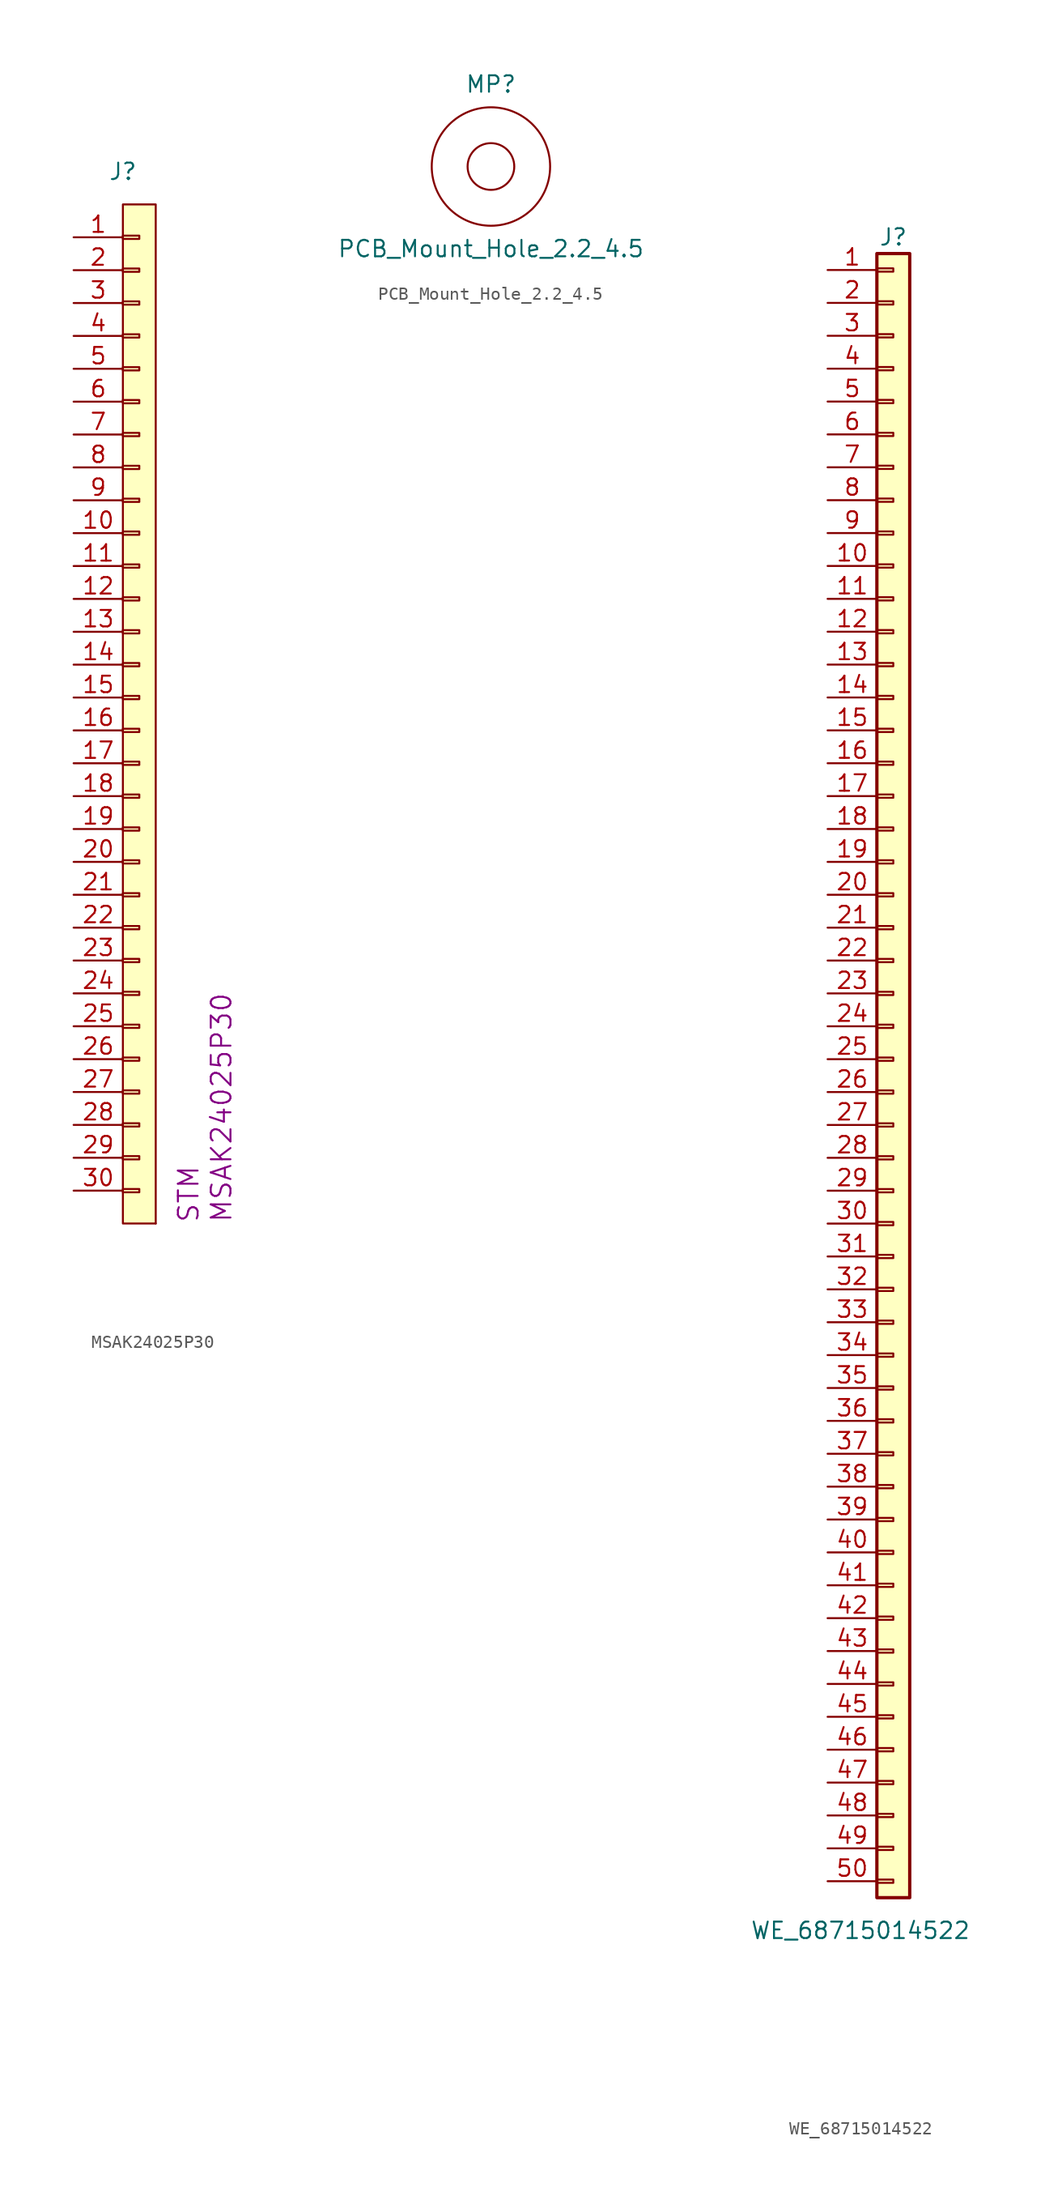
<source format=kicad_sym>
(kicad_symbol_lib
  (version 20211014)
  (generator kicad_symbol_editor)
  (symbol "MSAK24025P30"
    (pin_names
      (offset 1.016) hide)
    (property "Reference" "J"
      (at 0 41.91 0)
      (effects (font (size 1.27 1.27))))
    (property "MPN" "MSAK24025P30"
      (at 7.62 -39.37 90)
      (effects (font (size 1.524 1.524)) (justify left)))
    (property "Manufacturer" "STM"
      (at 5.08 -39.37 90)
      (effects (font (size 1.524 1.524)) (justify left)))
    (symbol "MSAK24025P30_0_1"
      (rectangle (start 0 39.37) (end 2.54 -39.37) (stroke (width 0) (type default) (color 0 0 0 0)) (fill (type background)))
      (rectangle (start 2.54 -39.37) (end 2.54 -39.37) (stroke (width 0) (type default) (color 0 0 0 0)) (fill (type none))))
    (symbol "MSAK24025P30_1_1"
      (rectangle (start 0 -36.703) (end 1.27 -36.957) (stroke (width 0.152) (type default) (color 0 0 0 0)) (fill (type none)))
      (rectangle (start 0 -34.163) (end 1.27 -34.417) (stroke (width 0.152) (type default) (color 0 0 0 0)) (fill (type none)))
      (rectangle (start 0 -31.623) (end 1.27 -31.877) (stroke (width 0.152) (type default) (color 0 0 0 0)) (fill (type none)))
      (rectangle (start 0 -29.083) (end 1.27 -29.337) (stroke (width 0.152) (type default) (color 0 0 0 0)) (fill (type none)))
      (rectangle (start 0 -26.543) (end 1.27 -26.797) (stroke (width 0.152) (type default) (color 0 0 0 0)) (fill (type none)))
      (rectangle (start 0 -24.003) (end 1.27 -24.257) (stroke (width 0.152) (type default) (color 0 0 0 0)) (fill (type none)))
      (rectangle (start 0 -21.463) (end 1.27 -21.717) (stroke (width 0.152) (type default) (color 0 0 0 0)) (fill (type none)))
      (rectangle (start 0 -18.923) (end 1.27 -19.177) (stroke (width 0.152) (type default) (color 0 0 0 0)) (fill (type none)))
      (rectangle (start 0 -16.383) (end 1.27 -16.637) (stroke (width 0.152) (type default) (color 0 0 0 0)) (fill (type none)))
      (rectangle (start 0 -13.843) (end 1.27 -14.097) (stroke (width 0.152) (type default) (color 0 0 0 0)) (fill (type none)))
      (rectangle (start 0 -11.303) (end 1.27 -11.557) (stroke (width 0.152) (type default) (color 0 0 0 0)) (fill (type none)))
      (rectangle (start 0 -8.763) (end 1.27 -9.017) (stroke (width 0.152) (type default) (color 0 0 0 0)) (fill (type none)))
      (rectangle (start 0 -6.223) (end 1.27 -6.477) (stroke (width 0.152) (type default) (color 0 0 0 0)) (fill (type none)))
      (rectangle (start 0 -3.683) (end 1.27 -3.937) (stroke (width 0.152) (type default) (color 0 0 0 0)) (fill (type none)))
      (rectangle (start 0 -1.143) (end 1.27 -1.397) (stroke (width 0.152) (type default) (color 0 0 0 0)) (fill (type none)))
      (rectangle (start 0 1.397) (end 1.27 1.143) (stroke (width 0.152) (type default) (color 0 0 0 0)) (fill (type none)))
      (rectangle (start 0 3.937) (end 1.27 3.683) (stroke (width 0.152) (type default) (color 0 0 0 0)) (fill (type none)))
      (rectangle (start 0 6.477) (end 1.27 6.223) (stroke (width 0.152) (type default) (color 0 0 0 0)) (fill (type none)))
      (rectangle (start 0 9.017) (end 1.27 8.763) (stroke (width 0.152) (type default) (color 0 0 0 0)) (fill (type none)))
      (rectangle (start 0 11.557) (end 1.27 11.303) (stroke (width 0.152) (type default) (color 0 0 0 0)) (fill (type none)))
      (rectangle (start 0 14.097) (end 1.27 13.843) (stroke (width 0.152) (type default) (color 0 0 0 0)) (fill (type none)))
      (rectangle (start 0 16.637) (end 1.27 16.383) (stroke (width 0.152) (type default) (color 0 0 0 0)) (fill (type none)))
      (rectangle (start 0 19.177) (end 1.27 18.923) (stroke (width 0.152) (type default) (color 0 0 0 0)) (fill (type none)))
      (rectangle (start 0 21.717) (end 1.27 21.463) (stroke (width 0.152) (type default) (color 0 0 0 0)) (fill (type none)))
      (rectangle (start 0 24.257) (end 1.27 24.003) (stroke (width 0.152) (type default) (color 0 0 0 0)) (fill (type none)))
      (rectangle (start 0 26.797) (end 1.27 26.543) (stroke (width 0.152) (type default) (color 0 0 0 0)) (fill (type none)))
      (rectangle (start 0 29.337) (end 1.27 29.083) (stroke (width 0.152) (type default) (color 0 0 0 0)) (fill (type none)))
      (rectangle (start 0 31.877) (end 1.27 31.623) (stroke (width 0.152) (type default) (color 0 0 0 0)) (fill (type none)))
      (rectangle (start 0 34.417) (end 1.27 34.163) (stroke (width 0.152) (type default) (color 0 0 0 0)) (fill (type none)))
      (rectangle (start 0 36.957) (end 1.27 36.703) (stroke (width 0.152) (type default) (color 0 0 0 0)) (fill (type none)))
      (pin passive line (at -3.81 36.83 0) (length 3.81) (name "Pin_1" (effects (font (size 1.27 1.27)))) (number "1" (effects (font (size 1.27 1.27)))))
      (pin passive line (at -3.81 13.97 0) (length 3.81) (name "Pin_10" (effects (font (size 1.27 1.27)))) (number "10" (effects (font (size 1.27 1.27)))))
      (pin passive line (at -3.81 11.43 0) (length 3.81) (name "Pin_11" (effects (font (size 1.27 1.27)))) (number "11" (effects (font (size 1.27 1.27)))))
      (pin passive line (at -3.81 8.89 0) (length 3.81) (name "Pin_12" (effects (font (size 1.27 1.27)))) (number "12" (effects (font (size 1.27 1.27)))))
      (pin passive line (at -3.81 6.35 0) (length 3.81) (name "Pin_13" (effects (font (size 1.27 1.27)))) (number "13" (effects (font (size 1.27 1.27)))))
      (pin passive line (at -3.81 3.81 0) (length 3.81) (name "Pin_14" (effects (font (size 1.27 1.27)))) (number "14" (effects (font (size 1.27 1.27)))))
      (pin passive line (at -3.81 1.27 0) (length 3.81) (name "Pin_15" (effects (font (size 1.27 1.27)))) (number "15" (effects (font (size 1.27 1.27)))))
      (pin passive line (at -3.81 -1.27 0) (length 3.81) (name "Pin_16" (effects (font (size 1.27 1.27)))) (number "16" (effects (font (size 1.27 1.27)))))
      (pin passive line (at -3.81 -3.81 0) (length 3.81) (name "Pin_17" (effects (font (size 1.27 1.27)))) (number "17" (effects (font (size 1.27 1.27)))))
      (pin passive line (at -3.81 -6.35 0) (length 3.81) (name "Pin_18" (effects (font (size 1.27 1.27)))) (number "18" (effects (font (size 1.27 1.27)))))
      (pin passive line (at -3.81 -8.89 0) (length 3.81) (name "Pin_19" (effects (font (size 1.27 1.27)))) (number "19" (effects (font (size 1.27 1.27)))))
      (pin passive line (at -3.81 34.29 0) (length 3.81) (name "Pin_2" (effects (font (size 1.27 1.27)))) (number "2" (effects (font (size 1.27 1.27)))))
      (pin passive line (at -3.81 -11.43 0) (length 3.81) (name "Pin_20" (effects (font (size 1.27 1.27)))) (number "20" (effects (font (size 1.27 1.27)))))
      (pin passive line (at -3.81 -13.97 0) (length 3.81) (name "Pin_21" (effects (font (size 1.27 1.27)))) (number "21" (effects (font (size 1.27 1.27)))))
      (pin passive line (at -3.81 -16.51 0) (length 3.81) (name "Pin_22" (effects (font (size 1.27 1.27)))) (number "22" (effects (font (size 1.27 1.27)))))
      (pin passive line (at -3.81 -19.05 0) (length 3.81) (name "Pin_23" (effects (font (size 1.27 1.27)))) (number "23" (effects (font (size 1.27 1.27)))))
      (pin passive line (at -3.81 -21.59 0) (length 3.81) (name "Pin_24" (effects (font (size 1.27 1.27)))) (number "24" (effects (font (size 1.27 1.27)))))
      (pin passive line (at -3.81 -24.13 0) (length 3.81) (name "Pin_25" (effects (font (size 1.27 1.27)))) (number "25" (effects (font (size 1.27 1.27)))))
      (pin passive line (at -3.81 -26.67 0) (length 3.81) (name "Pin_26" (effects (font (size 1.27 1.27)))) (number "26" (effects (font (size 1.27 1.27)))))
      (pin passive line (at -3.81 -29.21 0) (length 3.81) (name "Pin_27" (effects (font (size 1.27 1.27)))) (number "27" (effects (font (size 1.27 1.27)))))
      (pin passive line (at -3.81 -31.75 0) (length 3.81) (name "Pin_28" (effects (font (size 1.27 1.27)))) (number "28" (effects (font (size 1.27 1.27)))))
      (pin passive line (at -3.81 -34.29 0) (length 3.81) (name "Pin_29" (effects (font (size 1.27 1.27)))) (number "29" (effects (font (size 1.27 1.27)))))
      (pin passive line (at -3.81 31.75 0) (length 3.81) (name "Pin_3" (effects (font (size 1.27 1.27)))) (number "3" (effects (font (size 1.27 1.27)))))
      (pin passive line (at -3.81 -36.83 0) (length 3.81) (name "Pin_30" (effects (font (size 1.27 1.27)))) (number "30" (effects (font (size 1.27 1.27)))))
      (pin passive line (at -3.81 29.21 0) (length 3.81) (name "Pin_4" (effects (font (size 1.27 1.27)))) (number "4" (effects (font (size 1.27 1.27)))))
      (pin passive line (at -3.81 26.67 0) (length 3.81) (name "Pin_5" (effects (font (size 1.27 1.27)))) (number "5" (effects (font (size 1.27 1.27)))))
      (pin passive line (at -3.81 24.13 0) (length 3.81) (name "Pin_6" (effects (font (size 1.27 1.27)))) (number "6" (effects (font (size 1.27 1.27)))))
      (pin passive line (at -3.81 21.59 0) (length 3.81) (name "Pin_7" (effects (font (size 1.27 1.27)))) (number "7" (effects (font (size 1.27 1.27)))))
      (pin passive line (at -3.81 19.05 0) (length 3.81) (name "Pin_8" (effects (font (size 1.27 1.27)))) (number "8" (effects (font (size 1.27 1.27)))))
      (pin passive line (at -3.81 16.51 0) (length 3.81) (name "Pin_9" (effects (font (size 1.27 1.27)))) (number "9" (effects (font (size 1.27 1.27)))))))
  (symbol "PCB_Mount_Hole_2.2_4.5"
    (pin_names
      (offset 1.016))
    (property "Reference" "MP"
      (at 0 6.35 0)
      (effects (font (size 1.27 1.27))))
    (property "Value" "PCB_Mount_Hole_2.2_4.5"
      (at 0 -6.35 0)
      (effects (font (size 1.27 1.27))))
    (symbol "PCB_Mount_Hole_2.2_4.5_0_1"
      (circle (center 0 0) (radius 1.803) (stroke (width 0) (type default) (color 0 0 0 0)) (fill (type none)))
      (circle (center 0 0) (radius 4.572) (stroke (width 0) (type default) (color 0 0 0 0)) (fill (type none)))))
  (symbol "WE_68715014522"
    (pin_names
      (offset 1.016) hide)
    (property "Reference" "J"
      (at 0 43.18 0)
      (effects (font (size 1.27 1.27))))
    (property "Value" "WE_68715014522"
      (at -2.54 -87.63 0)
      (effects (font (size 1.27 1.27))))
    (symbol "WE_68715014522_1_1"
      (rectangle (start -1.27 -83.693) (end 0 -83.947) (stroke (width 0.152) (type default) (color 0 0 0 0)) (fill (type none)))
      (rectangle (start -1.27 -81.153) (end 0 -81.407) (stroke (width 0.152) (type default) (color 0 0 0 0)) (fill (type none)))
      (rectangle (start -1.27 -78.613) (end 0 -78.867) (stroke (width 0.152) (type default) (color 0 0 0 0)) (fill (type none)))
      (rectangle (start -1.27 -76.073) (end 0 -76.327) (stroke (width 0.152) (type default) (color 0 0 0 0)) (fill (type none)))
      (rectangle (start -1.27 -73.533) (end 0 -73.787) (stroke (width 0.152) (type default) (color 0 0 0 0)) (fill (type none)))
      (rectangle (start -1.27 -70.993) (end 0 -71.247) (stroke (width 0.152) (type default) (color 0 0 0 0)) (fill (type none)))
      (rectangle (start -1.27 -68.453) (end 0 -68.707) (stroke (width 0.152) (type default) (color 0 0 0 0)) (fill (type none)))
      (rectangle (start -1.27 -65.913) (end 0 -66.167) (stroke (width 0.152) (type default) (color 0 0 0 0)) (fill (type none)))
      (rectangle (start -1.27 -63.373) (end 0 -63.627) (stroke (width 0.152) (type default) (color 0 0 0 0)) (fill (type none)))
      (rectangle (start -1.27 -60.833) (end 0 -61.087) (stroke (width 0.152) (type default) (color 0 0 0 0)) (fill (type none)))
      (rectangle (start -1.27 -58.293) (end 0 -58.547) (stroke (width 0.152) (type default) (color 0 0 0 0)) (fill (type none)))
      (rectangle (start -1.27 -55.753) (end 0 -56.007) (stroke (width 0.152) (type default) (color 0 0 0 0)) (fill (type none)))
      (rectangle (start -1.27 -53.213) (end 0 -53.467) (stroke (width 0.152) (type default) (color 0 0 0 0)) (fill (type none)))
      (rectangle (start -1.27 -50.673) (end 0 -50.927) (stroke (width 0.152) (type default) (color 0 0 0 0)) (fill (type none)))
      (rectangle (start -1.27 -48.133) (end 0 -48.387) (stroke (width 0.152) (type default) (color 0 0 0 0)) (fill (type none)))
      (rectangle (start -1.27 -45.593) (end 0 -45.847) (stroke (width 0.152) (type default) (color 0 0 0 0)) (fill (type none)))
      (rectangle (start -1.27 -43.053) (end 0 -43.307) (stroke (width 0.152) (type default) (color 0 0 0 0)) (fill (type none)))
      (rectangle (start -1.27 -40.513) (end 0 -40.767) (stroke (width 0.152) (type default) (color 0 0 0 0)) (fill (type none)))
      (rectangle (start -1.27 -37.973) (end 0 -38.227) (stroke (width 0.152) (type default) (color 0 0 0 0)) (fill (type none)))
      (rectangle (start -1.27 -35.433) (end 0 -35.687) (stroke (width 0.152) (type default) (color 0 0 0 0)) (fill (type none)))
      (rectangle (start -1.27 -32.893) (end 0 -33.147) (stroke (width 0.152) (type default) (color 0 0 0 0)) (fill (type none)))
      (rectangle (start -1.27 -30.353) (end 0 -30.607) (stroke (width 0.152) (type default) (color 0 0 0 0)) (fill (type none)))
      (rectangle (start -1.27 -27.813) (end 0 -28.067) (stroke (width 0.152) (type default) (color 0 0 0 0)) (fill (type none)))
      (rectangle (start -1.27 -25.273) (end 0 -25.527) (stroke (width 0.152) (type default) (color 0 0 0 0)) (fill (type none)))
      (rectangle (start -1.27 -22.733) (end 0 -22.987) (stroke (width 0.152) (type default) (color 0 0 0 0)) (fill (type none)))
      (rectangle (start -1.27 -20.193) (end 0 -20.447) (stroke (width 0.152) (type default) (color 0 0 0 0)) (fill (type none)))
      (rectangle (start -1.27 -17.653) (end 0 -17.907) (stroke (width 0.152) (type default) (color 0 0 0 0)) (fill (type none)))
      (rectangle (start -1.27 -15.113) (end 0 -15.367) (stroke (width 0.152) (type default) (color 0 0 0 0)) (fill (type none)))
      (rectangle (start -1.27 -12.573) (end 0 -12.827) (stroke (width 0.152) (type default) (color 0 0 0 0)) (fill (type none)))
      (rectangle (start -1.27 -10.033) (end 0 -10.287) (stroke (width 0.152) (type default) (color 0 0 0 0)) (fill (type none)))
      (rectangle (start -1.27 -7.493) (end 0 -7.747) (stroke (width 0.152) (type default) (color 0 0 0 0)) (fill (type none)))
      (rectangle (start -1.27 -4.953) (end 0 -5.207) (stroke (width 0.152) (type default) (color 0 0 0 0)) (fill (type none)))
      (rectangle (start -1.27 -2.413) (end 0 -2.667) (stroke (width 0.152) (type default) (color 0 0 0 0)) (fill (type none)))
      (rectangle (start -1.27 0.127) (end 0 -0.127) (stroke (width 0.152) (type default) (color 0 0 0 0)) (fill (type none)))
      (rectangle (start -1.27 2.667) (end 0 2.413) (stroke (width 0.152) (type default) (color 0 0 0 0)) (fill (type none)))
      (rectangle (start -1.27 5.207) (end 0 4.953) (stroke (width 0.152) (type default) (color 0 0 0 0)) (fill (type none)))
      (rectangle (start -1.27 7.747) (end 0 7.493) (stroke (width 0.152) (type default) (color 0 0 0 0)) (fill (type none)))
      (rectangle (start -1.27 10.287) (end 0 10.033) (stroke (width 0.152) (type default) (color 0 0 0 0)) (fill (type none)))
      (rectangle (start -1.27 12.827) (end 0 12.573) (stroke (width 0.152) (type default) (color 0 0 0 0)) (fill (type none)))
      (rectangle (start -1.27 15.367) (end 0 15.113) (stroke (width 0.152) (type default) (color 0 0 0 0)) (fill (type none)))
      (rectangle (start -1.27 17.907) (end 0 17.653) (stroke (width 0.152) (type default) (color 0 0 0 0)) (fill (type none)))
      (rectangle (start -1.27 20.447) (end 0 20.193) (stroke (width 0.152) (type default) (color 0 0 0 0)) (fill (type none)))
      (rectangle (start -1.27 22.987) (end 0 22.733) (stroke (width 0.152) (type default) (color 0 0 0 0)) (fill (type none)))
      (rectangle (start -1.27 25.527) (end 0 25.273) (stroke (width 0.152) (type default) (color 0 0 0 0)) (fill (type none)))
      (rectangle (start -1.27 28.067) (end 0 27.813) (stroke (width 0.152) (type default) (color 0 0 0 0)) (fill (type none)))
      (rectangle (start -1.27 30.607) (end 0 30.353) (stroke (width 0.152) (type default) (color 0 0 0 0)) (fill (type none)))
      (rectangle (start -1.27 33.147) (end 0 32.893) (stroke (width 0.152) (type default) (color 0 0 0 0)) (fill (type none)))
      (rectangle (start -1.27 35.687) (end 0 35.433) (stroke (width 0.152) (type default) (color 0 0 0 0)) (fill (type none)))
      (rectangle (start -1.27 38.227) (end 0 37.973) (stroke (width 0.152) (type default) (color 0 0 0 0)) (fill (type none)))
      (rectangle (start -1.27 40.767) (end 0 40.513) (stroke (width 0.152) (type default) (color 0 0 0 0)) (fill (type none)))
      (rectangle (start -1.27 41.91) (end 1.27 -85.09) (stroke (width 0.254) (type default) (color 0 0 0 0)) (fill (type background)))
      (pin passive line (at -5.08 40.64 0) (length 3.81) (name "Pin_1" (effects (font (size 1.27 1.27)))) (number "1" (effects (font (size 1.27 1.27)))))
      (pin passive line (at -5.08 17.78 0) (length 3.81) (name "Pin_10" (effects (font (size 1.27 1.27)))) (number "10" (effects (font (size 1.27 1.27)))))
      (pin passive line (at -5.08 15.24 0) (length 3.81) (name "Pin_11" (effects (font (size 1.27 1.27)))) (number "11" (effects (font (size 1.27 1.27)))))
      (pin passive line (at -5.08 12.7 0) (length 3.81) (name "Pin_12" (effects (font (size 1.27 1.27)))) (number "12" (effects (font (size 1.27 1.27)))))
      (pin passive line (at -5.08 10.16 0) (length 3.81) (name "Pin_13" (effects (font (size 1.27 1.27)))) (number "13" (effects (font (size 1.27 1.27)))))
      (pin passive line (at -5.08 7.62 0) (length 3.81) (name "Pin_14" (effects (font (size 1.27 1.27)))) (number "14" (effects (font (size 1.27 1.27)))))
      (pin passive line (at -5.08 5.08 0) (length 3.81) (name "Pin_15" (effects (font (size 1.27 1.27)))) (number "15" (effects (font (size 1.27 1.27)))))
      (pin passive line (at -5.08 2.54 0) (length 3.81) (name "Pin_16" (effects (font (size 1.27 1.27)))) (number "16" (effects (font (size 1.27 1.27)))))
      (pin passive line (at -5.08 0 0) (length 3.81) (name "Pin_17" (effects (font (size 1.27 1.27)))) (number "17" (effects (font (size 1.27 1.27)))))
      (pin passive line (at -5.08 -2.54 0) (length 3.81) (name "Pin_18" (effects (font (size 1.27 1.27)))) (number "18" (effects (font (size 1.27 1.27)))))
      (pin passive line (at -5.08 -5.08 0) (length 3.81) (name "Pin_19" (effects (font (size 1.27 1.27)))) (number "19" (effects (font (size 1.27 1.27)))))
      (pin passive line (at -5.08 38.1 0) (length 3.81) (name "Pin_2" (effects (font (size 1.27 1.27)))) (number "2" (effects (font (size 1.27 1.27)))))
      (pin passive line (at -5.08 -7.62 0) (length 3.81) (name "Pin_20" (effects (font (size 1.27 1.27)))) (number "20" (effects (font (size 1.27 1.27)))))
      (pin passive line (at -5.08 -10.16 0) (length 3.81) (name "Pin_21" (effects (font (size 1.27 1.27)))) (number "21" (effects (font (size 1.27 1.27)))))
      (pin passive line (at -5.08 -12.7 0) (length 3.81) (name "Pin_22" (effects (font (size 1.27 1.27)))) (number "22" (effects (font (size 1.27 1.27)))))
      (pin passive line (at -5.08 -15.24 0) (length 3.81) (name "Pin_23" (effects (font (size 1.27 1.27)))) (number "23" (effects (font (size 1.27 1.27)))))
      (pin passive line (at -5.08 -17.78 0) (length 3.81) (name "Pin_24" (effects (font (size 1.27 1.27)))) (number "24" (effects (font (size 1.27 1.27)))))
      (pin passive line (at -5.08 -20.32 0) (length 3.81) (name "Pin_25" (effects (font (size 1.27 1.27)))) (number "25" (effects (font (size 1.27 1.27)))))
      (pin passive line (at -5.08 -22.86 0) (length 3.81) (name "Pin_26" (effects (font (size 1.27 1.27)))) (number "26" (effects (font (size 1.27 1.27)))))
      (pin passive line (at -5.08 -25.4 0) (length 3.81) (name "Pin_27" (effects (font (size 1.27 1.27)))) (number "27" (effects (font (size 1.27 1.27)))))
      (pin passive line (at -5.08 -27.94 0) (length 3.81) (name "Pin_28" (effects (font (size 1.27 1.27)))) (number "28" (effects (font (size 1.27 1.27)))))
      (pin passive line (at -5.08 -30.48 0) (length 3.81) (name "Pin_29" (effects (font (size 1.27 1.27)))) (number "29" (effects (font (size 1.27 1.27)))))
      (pin passive line (at -5.08 35.56 0) (length 3.81) (name "Pin_3" (effects (font (size 1.27 1.27)))) (number "3" (effects (font (size 1.27 1.27)))))
      (pin passive line (at -5.08 -33.02 0) (length 3.81) (name "Pin_30" (effects (font (size 1.27 1.27)))) (number "30" (effects (font (size 1.27 1.27)))))
      (pin passive line (at -5.08 -35.56 0) (length 3.81) (name "Pin_31" (effects (font (size 1.27 1.27)))) (number "31" (effects (font (size 1.27 1.27)))))
      (pin passive line (at -5.08 -38.1 0) (length 3.81) (name "Pin_32" (effects (font (size 1.27 1.27)))) (number "32" (effects (font (size 1.27 1.27)))))
      (pin passive line (at -5.08 -40.64 0) (length 3.81) (name "Pin_33" (effects (font (size 1.27 1.27)))) (number "33" (effects (font (size 1.27 1.27)))))
      (pin passive line (at -5.08 -43.18 0) (length 3.81) (name "Pin_34" (effects (font (size 1.27 1.27)))) (number "34" (effects (font (size 1.27 1.27)))))
      (pin passive line (at -5.08 -45.72 0) (length 3.81) (name "Pin_35" (effects (font (size 1.27 1.27)))) (number "35" (effects (font (size 1.27 1.27)))))
      (pin passive line (at -5.08 -48.26 0) (length 3.81) (name "Pin_36" (effects (font (size 1.27 1.27)))) (number "36" (effects (font (size 1.27 1.27)))))
      (pin passive line (at -5.08 -50.8 0) (length 3.81) (name "Pin_37" (effects (font (size 1.27 1.27)))) (number "37" (effects (font (size 1.27 1.27)))))
      (pin passive line (at -5.08 -53.34 0) (length 3.81) (name "Pin_38" (effects (font (size 1.27 1.27)))) (number "38" (effects (font (size 1.27 1.27)))))
      (pin passive line (at -5.08 -55.88 0) (length 3.81) (name "Pin_39" (effects (font (size 1.27 1.27)))) (number "39" (effects (font (size 1.27 1.27)))))
      (pin passive line (at -5.08 33.02 0) (length 3.81) (name "Pin_4" (effects (font (size 1.27 1.27)))) (number "4" (effects (font (size 1.27 1.27)))))
      (pin passive line (at -5.08 -58.42 0) (length 3.81) (name "Pin_40" (effects (font (size 1.27 1.27)))) (number "40" (effects (font (size 1.27 1.27)))))
      (pin passive line (at -5.08 -60.96 0) (length 3.81) (name "Pin_41" (effects (font (size 1.27 1.27)))) (number "41" (effects (font (size 1.27 1.27)))))
      (pin passive line (at -5.08 -63.5 0) (length 3.81) (name "Pin_42" (effects (font (size 1.27 1.27)))) (number "42" (effects (font (size 1.27 1.27)))))
      (pin passive line (at -5.08 -66.04 0) (length 3.81) (name "Pin_43" (effects (font (size 1.27 1.27)))) (number "43" (effects (font (size 1.27 1.27)))))
      (pin passive line (at -5.08 -68.58 0) (length 3.81) (name "Pin_44" (effects (font (size 1.27 1.27)))) (number "44" (effects (font (size 1.27 1.27)))))
      (pin passive line (at -5.08 -71.12 0) (length 3.81) (name "Pin_45" (effects (font (size 1.27 1.27)))) (number "45" (effects (font (size 1.27 1.27)))))
      (pin passive line (at -5.08 -73.66 0) (length 3.81) (name "Pin_46" (effects (font (size 1.27 1.27)))) (number "46" (effects (font (size 1.27 1.27)))))
      (pin passive line (at -5.08 -76.2 0) (length 3.81) (name "Pin_47" (effects (font (size 1.27 1.27)))) (number "47" (effects (font (size 1.27 1.27)))))
      (pin passive line (at -5.08 -78.74 0) (length 3.81) (name "Pin_48" (effects (font (size 1.27 1.27)))) (number "48" (effects (font (size 1.27 1.27)))))
      (pin passive line (at -5.08 -81.28 0) (length 3.81) (name "Pin_49" (effects (font (size 1.27 1.27)))) (number "49" (effects (font (size 1.27 1.27)))))
      (pin passive line (at -5.08 30.48 0) (length 3.81) (name "Pin_5" (effects (font (size 1.27 1.27)))) (number "5" (effects (font (size 1.27 1.27)))))
      (pin passive line (at -5.08 -83.82 0) (length 3.81) (name "Pin_50" (effects (font (size 1.27 1.27)))) (number "50" (effects (font (size 1.27 1.27)))))
      (pin passive line (at -5.08 27.94 0) (length 3.81) (name "Pin_6" (effects (font (size 1.27 1.27)))) (number "6" (effects (font (size 1.27 1.27)))))
      (pin passive line (at -5.08 25.4 0) (length 3.81) (name "Pin_7" (effects (font (size 1.27 1.27)))) (number "7" (effects (font (size 1.27 1.27)))))
      (pin passive line (at -5.08 22.86 0) (length 3.81) (name "Pin_8" (effects (font (size 1.27 1.27)))) (number "8" (effects (font (size 1.27 1.27)))))
      (pin passive line (at -5.08 20.32 0) (length 3.81) (name "Pin_9" (effects (font (size 1.27 1.27)))) (number "9" (effects (font (size 1.27 1.27))))))))
</source>
